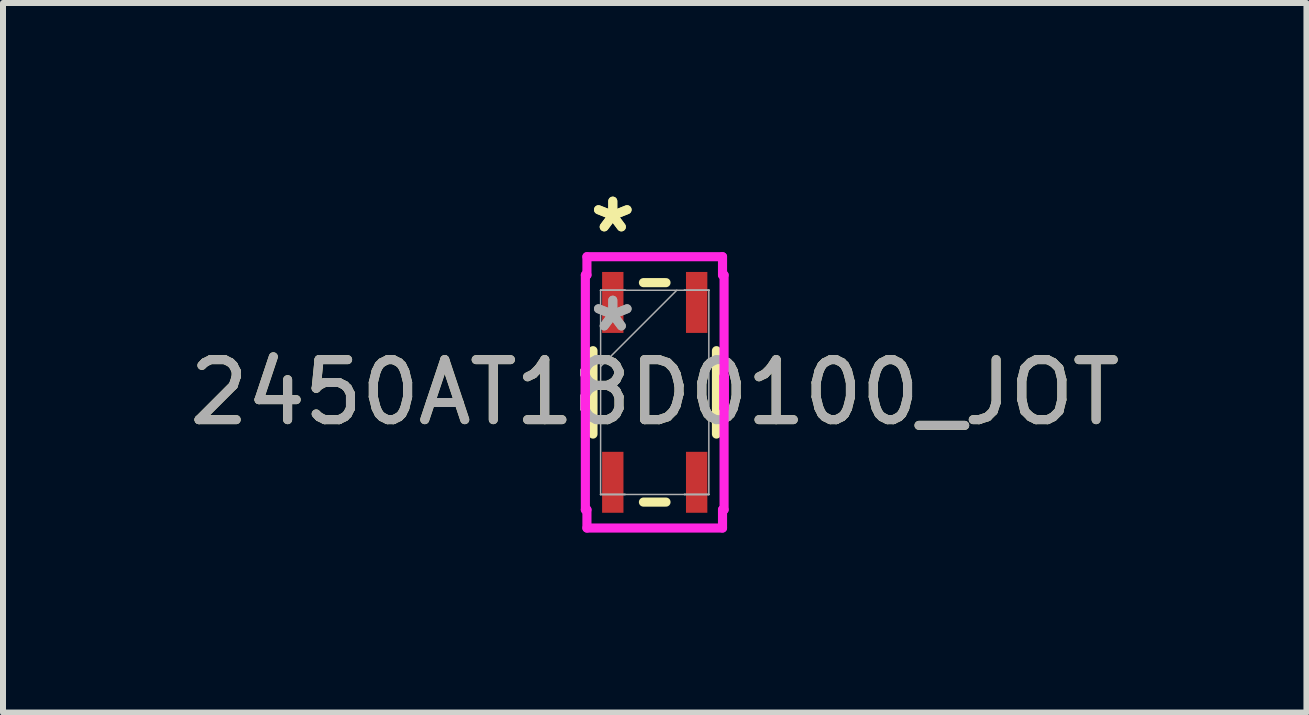
<source format=kicad_pcb>
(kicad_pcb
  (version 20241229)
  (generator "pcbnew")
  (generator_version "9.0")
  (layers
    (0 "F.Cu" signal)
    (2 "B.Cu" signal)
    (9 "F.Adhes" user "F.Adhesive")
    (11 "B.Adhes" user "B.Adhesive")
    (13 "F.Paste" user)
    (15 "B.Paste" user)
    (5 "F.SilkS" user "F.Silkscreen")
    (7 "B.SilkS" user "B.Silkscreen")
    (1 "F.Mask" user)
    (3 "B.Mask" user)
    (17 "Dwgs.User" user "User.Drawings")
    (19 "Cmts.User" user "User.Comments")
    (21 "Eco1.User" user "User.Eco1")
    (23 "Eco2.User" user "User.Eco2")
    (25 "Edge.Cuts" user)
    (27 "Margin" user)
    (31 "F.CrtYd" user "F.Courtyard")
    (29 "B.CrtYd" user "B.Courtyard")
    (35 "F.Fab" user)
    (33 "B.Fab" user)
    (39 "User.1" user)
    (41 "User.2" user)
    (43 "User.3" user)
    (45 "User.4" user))
  (footprint "2450AT18D0100_JOT"
    (layer "F.Cu")
    (at 7.863 3.49)
    (property "Reference" "2450AT18D0100_JOT" (at 0 0 0) (unlocked yes) (layer "F.SilkS") (effects (font (size 1 1) (thickness 0.15))))
    (attr smd)
    (fp_line (start -1.029 -0.695) (end -1.029 0.695) (stroke (width 0.152) (type solid)) (layer "F.SilkS"))
    (fp_line (start -0.188 1.829) (end 0.188 1.829) (stroke (width 0.152) (type solid)) (layer "F.SilkS"))
    (fp_line (start 0.188 -1.829) (end -0.188 -1.829) (stroke (width 0.152) (type solid)) (layer "F.SilkS"))
    (fp_line (start 1.029 0.695) (end 1.029 -0.695) (stroke (width 0.152) (type solid)) (layer "F.SilkS"))
    (fp_line (start -1.156 -1.956) (end -1.13 -1.956) (stroke (width 0.152) (type solid)) (layer "F.CrtYd"))
    (fp_line (start -1.156 -0.267) (end -1.156 -0.267) (stroke (width 0.152) (type solid)) (layer "F.CrtYd"))
    (fp_line (start -1.156 -0.267) (end -1.156 0.267) (stroke (width 0.152) (type solid)) (layer "F.CrtYd"))
    (fp_line (start -1.156 0.267) (end -1.156 -1.956) (stroke (width 0.152) (type solid)) (layer "F.CrtYd"))
    (fp_line (start -1.156 0.267) (end -1.156 0.267) (stroke (width 0.152) (type solid)) (layer "F.CrtYd"))
    (fp_line (start -1.156 1.956) (end -1.156 -0.267) (stroke (width 0.152) (type solid)) (layer "F.CrtYd"))
    (fp_line (start -1.13 -2.261) (end 1.13 -2.261) (stroke (width 0.152) (type solid)) (layer "F.CrtYd"))
    (fp_line (start -1.13 -1.956) (end -1.13 -2.261) (stroke (width 0.152) (type solid)) (layer "F.CrtYd"))
    (fp_line (start -1.13 1.956) (end -1.156 1.956) (stroke (width 0.152) (type solid)) (layer "F.CrtYd"))
    (fp_line (start -1.13 2.261) (end -1.13 1.956) (stroke (width 0.152) (type solid)) (layer "F.CrtYd"))
    (fp_line (start 1.13 -2.261) (end 1.13 -1.956) (stroke (width 0.152) (type solid)) (layer "F.CrtYd"))
    (fp_line (start 1.13 -1.956) (end 1.156 -1.956) (stroke (width 0.152) (type solid)) (layer "F.CrtYd"))
    (fp_line (start 1.13 1.956) (end 1.13 2.261) (stroke (width 0.152) (type solid)) (layer "F.CrtYd"))
    (fp_line (start 1.13 2.261) (end -1.13 2.261) (stroke (width 0.152) (type solid)) (layer "F.CrtYd"))
    (fp_line (start 1.156 -1.956) (end 1.156 0.267) (stroke (width 0.152) (type solid)) (layer "F.CrtYd"))
    (fp_line (start 1.156 -0.267) (end 1.156 -0.267) (stroke (width 0.152) (type solid)) (layer "F.CrtYd"))
    (fp_line (start 1.156 -0.267) (end 1.156 1.956) (stroke (width 0.152) (type solid)) (layer "F.CrtYd"))
    (fp_line (start 1.156 0.267) (end 1.156 -0.267) (stroke (width 0.152) (type solid)) (layer "F.CrtYd"))
    (fp_line (start 1.156 0.267) (end 1.156 0.267) (stroke (width 0.152) (type solid)) (layer "F.CrtYd"))
    (fp_line (start 1.156 1.956) (end 1.13 1.956) (stroke (width 0.152) (type solid)) (layer "F.CrtYd"))
    (fp_line (start -0.902 -1.702) (end -0.902 -1.702) (stroke (width 0.025) (type solid)) (layer "F.Fab"))
    (fp_line (start -0.902 -1.702) (end -0.902 -1.702) (stroke (width 0.025) (type solid)) (layer "F.Fab"))
    (fp_line (start -0.902 -1.702) (end -0.902 1.702) (stroke (width 0.025) (type solid)) (layer "F.Fab"))
    (fp_line (start -0.902 -1.702) (end -0.495 -1.702) (stroke (width 0.025) (type solid)) (layer "F.Fab"))
    (fp_line (start -0.902 -0.432) (end 0.368 -1.702) (stroke (width 0.025) (type solid)) (layer "F.Fab"))
    (fp_line (start -0.902 1.702) (end -0.902 1.702) (stroke (width 0.025) (type solid)) (layer "F.Fab"))
    (fp_line (start -0.902 1.702) (end -0.902 1.702) (stroke (width 0.025) (type solid)) (layer "F.Fab"))
    (fp_line (start -0.902 1.702) (end -0.495 1.702) (stroke (width 0.025) (type solid)) (layer "F.Fab"))
    (fp_line (start -0.902 1.702) (end 0.902 1.702) (stroke (width 0.025) (type solid)) (layer "F.Fab"))
    (fp_line (start -0.495 -1.702) (end -0.902 -1.702) (stroke (width 0.025) (type solid)) (layer "F.Fab"))
    (fp_line (start -0.495 -1.702) (end -0.495 -1.702) (stroke (width 0.025) (type solid)) (layer "F.Fab"))
    (fp_line (start -0.495 1.702) (end -0.902 1.702) (stroke (width 0.025) (type solid)) (layer "F.Fab"))
    (fp_line (start -0.495 1.702) (end -0.495 1.702) (stroke (width 0.025) (type solid)) (layer "F.Fab"))
    (fp_line (start 0.495 -1.702) (end 0.495 -1.702) (stroke (width 0.025) (type solid)) (layer "F.Fab"))
    (fp_line (start 0.495 -1.702) (end 0.902 -1.702) (stroke (width 0.025) (type solid)) (layer "F.Fab"))
    (fp_line (start 0.495 1.702) (end 0.495 1.702) (stroke (width 0.025) (type solid)) (layer "F.Fab"))
    (fp_line (start 0.495 1.702) (end 0.902 1.702) (stroke (width 0.025) (type solid)) (layer "F.Fab"))
    (fp_line (start 0.902 -1.702) (end -0.902 -1.702) (stroke (width 0.025) (type solid)) (layer "F.Fab"))
    (fp_line (start 0.902 -1.702) (end 0.495 -1.702) (stroke (width 0.025) (type solid)) (layer "F.Fab"))
    (fp_line (start 0.902 -1.702) (end 0.902 -1.702) (stroke (width 0.025) (type solid)) (layer "F.Fab"))
    (fp_line (start 0.902 -1.702) (end 0.902 -1.702) (stroke (width 0.025) (type solid)) (layer "F.Fab"))
    (fp_line (start 0.902 1.702) (end 0.495 1.702) (stroke (width 0.025) (type solid)) (layer "F.Fab"))
    (fp_line (start 0.902 1.702) (end 0.902 -1.702) (stroke (width 0.025) (type solid)) (layer "F.Fab"))
    (fp_line (start 0.902 1.702) (end 0.902 1.702) (stroke (width 0.025) (type solid)) (layer "F.Fab"))
    (fp_line (start 0.902 1.702) (end 0.902 1.702) (stroke (width 0.025) (type solid)) (layer "F.Fab"))
    (fp_text user "*" (at -0.699 -2.642 0) (unlocked yes) (layer "F.SilkS") (effects (font (size 1 1) (thickness 0.15))))
    (fp_text user "*" (at -0.699 -2.642 0) (layer "F.SilkS") (effects (font (size 1 1) (thickness 0.15))))
    (fp_text user "${REFERENCE}" (at 0 0 0) (unlocked yes) (layer "F.Fab") (effects (font (size 1 1) (thickness 0.15))))
    (fp_text user "*" (at -0.699 -0.991 0) (layer "F.Fab") (effects (font (size 1 1) (thickness 0.15))))
    (fp_text user "*" (at -0.699 -0.991 0) (unlocked yes) (layer "F.Fab") (effects (font (size 1 1) (thickness 0.15))))
    (pad "1" smd rect (at -0.699 -1.499) (size 0.356 1.016) (layers "F.Cu" "F.Mask" "F.Paste"))
    (pad "2" smd rect (at -0.699 1.499) (size 0.356 1.016) (layers "F.Cu" "F.Mask" "F.Paste"))
    (pad "3" smd rect (at 0.699 1.499) (size 0.356 1.016) (layers "F.Cu" "F.Mask" "F.Paste"))
    (pad "4" smd rect (at 0.699 -1.499) (size 0.356 1.016) (layers "F.Cu" "F.Mask" "F.Paste")))
  (gr_rect
    (start -3 -3)
    (end 18.726 8.827)
    (stroke (width 0.1) (type default))
    (fill no)
    (layer "Edge.Cuts")))
</source>
